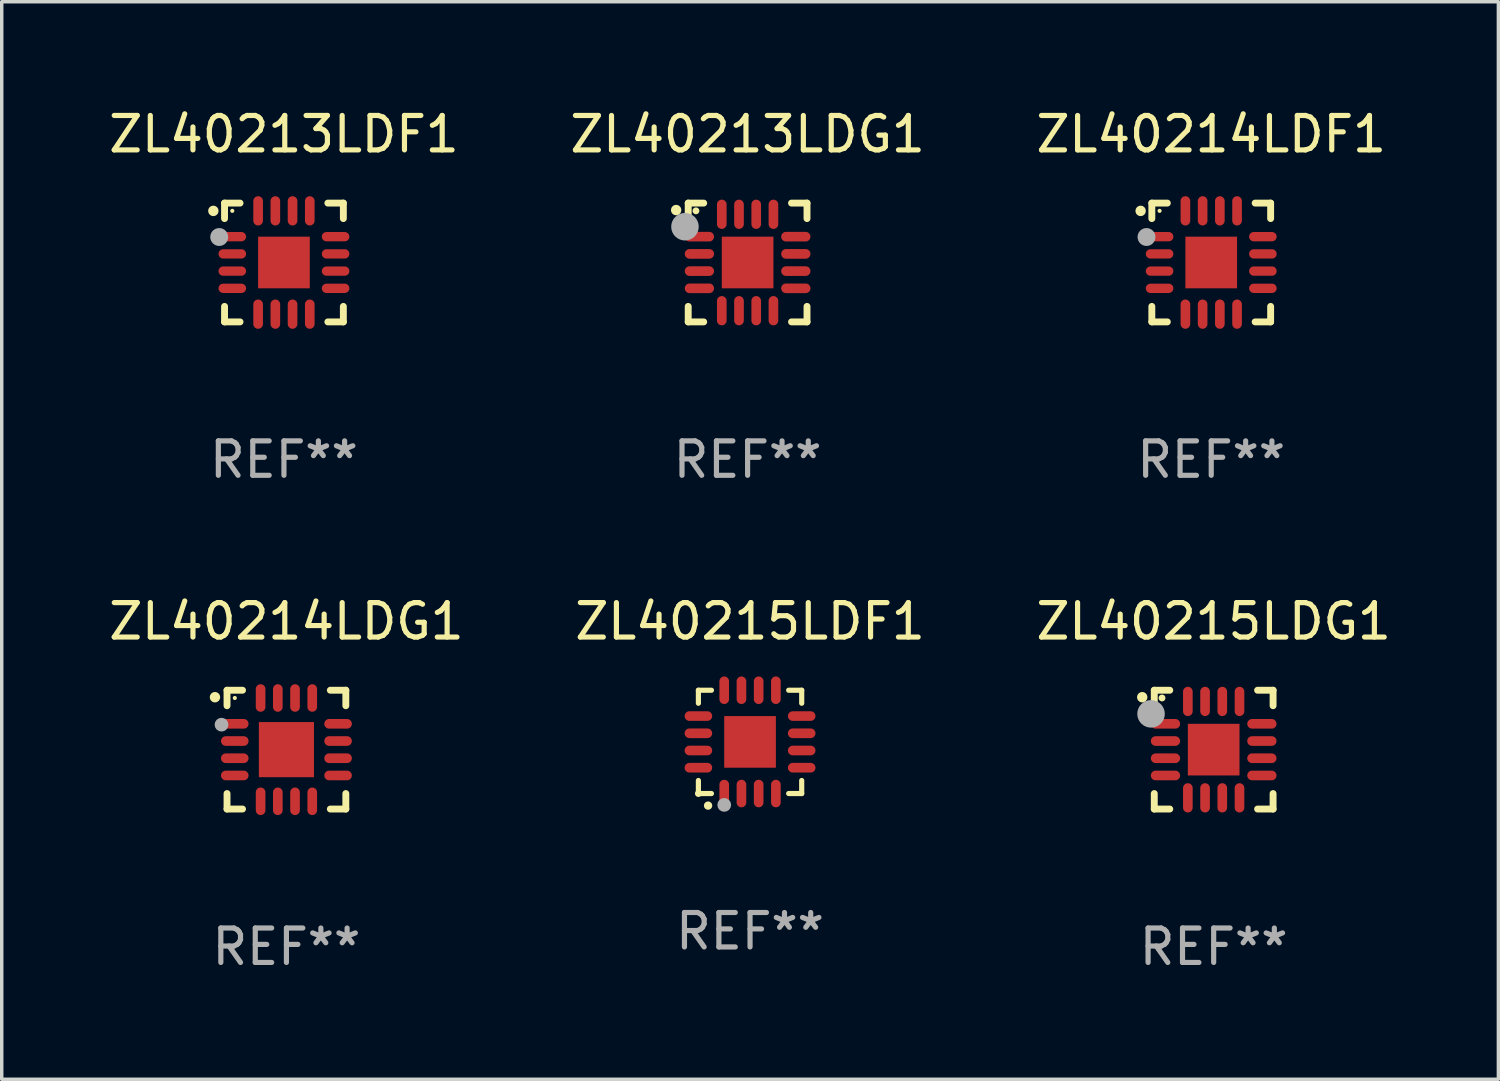
<source format=kicad_pcb>
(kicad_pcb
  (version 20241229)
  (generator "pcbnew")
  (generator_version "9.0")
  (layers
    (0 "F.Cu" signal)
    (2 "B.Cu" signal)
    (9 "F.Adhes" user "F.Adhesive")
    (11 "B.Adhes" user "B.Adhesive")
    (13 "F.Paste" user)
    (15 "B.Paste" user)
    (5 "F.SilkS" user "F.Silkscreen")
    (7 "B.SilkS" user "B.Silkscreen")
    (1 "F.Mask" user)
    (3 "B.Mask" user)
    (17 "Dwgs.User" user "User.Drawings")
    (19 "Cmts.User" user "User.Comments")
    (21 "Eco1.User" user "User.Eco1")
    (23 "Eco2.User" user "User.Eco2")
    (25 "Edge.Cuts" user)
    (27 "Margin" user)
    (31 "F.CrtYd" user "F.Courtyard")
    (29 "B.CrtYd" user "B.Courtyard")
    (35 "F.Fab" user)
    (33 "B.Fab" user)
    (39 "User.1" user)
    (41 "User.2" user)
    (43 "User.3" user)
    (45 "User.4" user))
  (footprint "ZL40213LDG1"
    (layer "F.Cu")
    (at 18.661 4.573)
    (property "Reference" "ZL40213LDG1" (at 0 -3.725 0) (layer "F.SilkS") (effects (font (size 1 1) (thickness 0.15))))
    (attr through_hole)
    (fp_line (start -1.725 -1.725) (end -1.275 -1.725) (stroke (width 0.2) (type solid)) (layer "F.SilkS"))
    (fp_line (start -1.725 -1.275) (end -1.725 -1.725) (stroke (width 0.2) (type solid)) (layer "F.SilkS"))
    (fp_line (start -1.725 1.725) (end -1.725 1.275) (stroke (width 0.2) (type solid)) (layer "F.SilkS"))
    (fp_line (start -1.275 1.725) (end -1.725 1.725) (stroke (width 0.2) (type solid)) (layer "F.SilkS"))
    (fp_line (start 1.275 -1.725) (end 1.725 -1.725) (stroke (width 0.2) (type solid)) (layer "F.SilkS"))
    (fp_line (start 1.275 1.725) (end 1.725 1.725) (stroke (width 0.2) (type solid)) (layer "F.SilkS"))
    (fp_line (start 1.725 -1.725) (end 1.725 -1.275) (stroke (width 0.2) (type solid)) (layer "F.SilkS"))
    (fp_line (start 1.725 1.725) (end 1.725 1.275) (stroke (width 0.2) (type solid)) (layer "F.SilkS"))
    (fp_arc (start -2.075184 -1.521463) (mid -2.075189 -1.522733) (end -2.075184 -1.524003) (stroke (width 0.3) (type solid)) (layer "F.SilkS"))
    (fp_circle (center -1.5 -1.5) (end -1.45 -1.5) (stroke (width 0.1) (type solid)) (fill no) (layer "F.SilkS"))
    (fp_circle (center -1.819 -1.039) (end -1.619 -1.039) (stroke (width 0.4) (type solid)) (fill no) (layer "F.Fab"))
    (fp_text user "REF**" (at 0 5.725 0) (layer "F.Fab") (effects (font (size 1 1) (thickness 0.15))))
    (pad "1" smd oval (at -1.4 -0.75 90) (size 0.28 0.85) (layers "F.Cu" "F.Mask" "F.Paste"))
    (pad "2" smd oval (at -1.4 -0.25 90) (size 0.28 0.85) (layers "F.Cu" "F.Mask" "F.Paste"))
    (pad "3" smd oval (at -1.4 0.25 90) (size 0.28 0.85) (layers "F.Cu" "F.Mask" "F.Paste"))
    (pad "4" smd oval (at -1.4 0.75 90) (size 0.28 0.85) (layers "F.Cu" "F.Mask" "F.Paste"))
    (pad "5" smd oval (at -0.75 1.4) (size 0.28 0.85) (layers "F.Cu" "F.Mask" "F.Paste"))
    (pad "6" smd oval (at -0.25 1.4) (size 0.28 0.85) (layers "F.Cu" "F.Mask" "F.Paste"))
    (pad "7" smd oval (at 0.25 1.4) (size 0.28 0.85) (layers "F.Cu" "F.Mask" "F.Paste"))
    (pad "8" smd oval (at 0.75 1.4) (size 0.28 0.85) (layers "F.Cu" "F.Mask" "F.Paste"))
    (pad "9" smd oval (at 1.4 0.75 90) (size 0.28 0.85) (layers "F.Cu" "F.Mask" "F.Paste"))
    (pad "10" smd oval (at 1.4 0.25 90) (size 0.28 0.85) (layers "F.Cu" "F.Mask" "F.Paste"))
    (pad "11" smd oval (at 1.4 -0.25 90) (size 0.28 0.85) (layers "F.Cu" "F.Mask" "F.Paste"))
    (pad "12" smd oval (at 1.4 -0.75 90) (size 0.28 0.85) (layers "F.Cu" "F.Mask" "F.Paste"))
    (pad "13" smd oval (at 0.75 -1.4) (size 0.28 0.85) (layers "F.Cu" "F.Mask" "F.Paste"))
    (pad "14" smd oval (at 0.25 -1.4) (size 0.28 0.85) (layers "F.Cu" "F.Mask" "F.Paste"))
    (pad "15" smd oval (at -0.25 -1.4) (size 0.28 0.85) (layers "F.Cu" "F.Mask" "F.Paste"))
    (pad "16" smd oval (at -0.75 -1.4) (size 0.28 0.85) (layers "F.Cu" "F.Mask" "F.Paste"))
    (pad "17" smd rect (at -0.000051 -0.000051) (size 1.5 1.5) (layers "F.Cu" "F.Mask" "F.Paste")))
  (footprint "ZL40215LDF1"
    (layer "F.Cu")
    (at 18.732 18.495)
    (property "Reference" "ZL40215LDF1" (at 0 -3.5 0) (layer "F.SilkS") (effects (font (size 1 1) (thickness 0.15))))
    (attr through_hole)
    (fp_line (start -1.5 -1.5) (end -1.121 -1.5) (stroke (width 0.15) (type solid)) (layer "F.SilkS"))
    (fp_line (start -1.5 -1.122) (end -1.5 -1.5) (stroke (width 0.15) (type solid)) (layer "F.SilkS"))
    (fp_line (start -1.5 1.5) (end -1.5 1.121) (stroke (width 0.15) (type solid)) (layer "F.SilkS"))
    (fp_line (start -1.121 1.5) (end -1.5 1.5) (stroke (width 0.15) (type solid)) (layer "F.SilkS"))
    (fp_line (start 1.121 -1.5) (end 1.5 -1.5) (stroke (width 0.15) (type solid)) (layer "F.SilkS"))
    (fp_line (start 1.5 -1.5) (end 1.5 -1.122) (stroke (width 0.15) (type solid)) (layer "F.SilkS"))
    (fp_line (start 1.5 1.121) (end 1.5 1.5) (stroke (width 0.15) (type solid)) (layer "F.SilkS"))
    (fp_line (start 1.5 1.5) (end 1.121 1.5) (stroke (width 0.15) (type solid)) (layer "F.SilkS"))
    (fp_arc (start -1.219926 1.850254) (mid -1.21891 1.85025) (end -1.217894 1.850254) (stroke (width 0.240005) (type solid)) (layer "F.SilkS"))
    (fp_circle (center -1.5 1.5) (end -1.45 1.5) (stroke (width 0.1) (type solid)) (fill no) (layer "F.SilkS"))
    (fp_circle (center -0.75 1.83) (end -0.65 1.83) (stroke (width 0.2) (type solid)) (fill no) (layer "F.Fab"))
    (fp_text user "REF**" (at 0 5.5 0) (layer "F.Fab") (effects (font (size 1 1) (thickness 0.15))))
    (pad "1" smd oval (at -0.75 1.5) (size 0.28 0.8) (layers "F.Cu" "F.Mask" "F.Paste"))
    (pad "2" smd oval (at -0.25 1.5) (size 0.28 0.8) (layers "F.Cu" "F.Mask" "F.Paste"))
    (pad "3" smd oval (at 0.25 1.5) (size 0.28 0.8) (layers "F.Cu" "F.Mask" "F.Paste"))
    (pad "4" smd oval (at 0.75 1.5) (size 0.28 0.8) (layers "F.Cu" "F.Mask" "F.Paste"))
    (pad "5" smd oval (at 1.5 0.75) (size 0.8 0.28) (layers "F.Cu" "F.Mask" "F.Paste"))
    (pad "6" smd oval (at 1.5 0.25) (size 0.8 0.28) (layers "F.Cu" "F.Mask" "F.Paste"))
    (pad "7" smd oval (at 1.5 -0.25) (size 0.8 0.28) (layers "F.Cu" "F.Mask" "F.Paste"))
    (pad "8" smd oval (at 1.5 -0.75) (size 0.8 0.28) (layers "F.Cu" "F.Mask" "F.Paste"))
    (pad "9" smd oval (at 0.75 -1.5) (size 0.28 0.8) (layers "F.Cu" "F.Mask" "F.Paste"))
    (pad "10" smd oval (at 0.25 -1.5) (size 0.28 0.8) (layers "F.Cu" "F.Mask" "F.Paste"))
    (pad "11" smd oval (at -0.25 -1.5) (size 0.28 0.8) (layers "F.Cu" "F.Mask" "F.Paste"))
    (pad "12" smd oval (at -0.75 -1.5) (size 0.28 0.8) (layers "F.Cu" "F.Mask" "F.Paste"))
    (pad "13" smd oval (at -1.5 -0.75) (size 0.8 0.28) (layers "F.Cu" "F.Mask" "F.Paste"))
    (pad "14" smd oval (at -1.5 -0.25) (size 0.8 0.28) (layers "F.Cu" "F.Mask" "F.Paste"))
    (pad "15" smd oval (at -1.5 0.25) (size 0.8 0.28) (layers "F.Cu" "F.Mask" "F.Paste"))
    (pad "16" smd oval (at -1.5 0.75) (size 0.8 0.28) (layers "F.Cu" "F.Mask" "F.Paste"))
    (pad "17" smd rect (at -0.000064 0.000165) (size 1.5 1.5) (layers "F.Cu" "F.Mask" "F.Paste")))
  (footprint "ZL40213LDF1"
    (layer "F.Cu")
    (at 5.196 4.573)
    (property "Reference" "ZL40213LDF1" (at 0 -3.725 0) (layer "F.SilkS") (effects (font (size 1 1) (thickness 0.15))))
    (attr through_hole)
    (fp_line (start -1.725 -1.725) (end -1.275 -1.725) (stroke (width 0.2) (type solid)) (layer "F.SilkS"))
    (fp_line (start -1.725 -1.275) (end -1.725 -1.725) (stroke (width 0.2) (type solid)) (layer "F.SilkS"))
    (fp_line (start -1.725 1.725) (end -1.725 1.275) (stroke (width 0.2) (type solid)) (layer "F.SilkS"))
    (fp_line (start -1.275 1.725) (end -1.725 1.725) (stroke (width 0.2) (type solid)) (layer "F.SilkS"))
    (fp_line (start 1.275 -1.725) (end 1.725 -1.725) (stroke (width 0.2) (type solid)) (layer "F.SilkS"))
    (fp_line (start 1.275 1.725) (end 1.725 1.725) (stroke (width 0.2) (type solid)) (layer "F.SilkS"))
    (fp_line (start 1.725 -1.725) (end 1.725 -1.275) (stroke (width 0.2) (type solid)) (layer "F.SilkS"))
    (fp_line (start 1.725 1.725) (end 1.725 1.275) (stroke (width 0.2) (type solid)) (layer "F.SilkS"))
    (fp_arc (start -2.050038 -1.497511) (mid -2.050043 -1.498781) (end -2.050038 -1.500051) (stroke (width 0.3) (type solid)) (layer "F.SilkS"))
    (fp_circle (center -1.5 -1.5) (end -1.47 -1.5) (stroke (width 0.06) (type solid)) (fill no) (layer "F.SilkS"))
    (fp_circle (center -1.88 -0.74) (end -1.75 -0.74) (stroke (width 0.26) (type solid)) (fill no) (layer "F.Fab"))
    (fp_text user "REF**" (at 0 5.725 0) (layer "F.Fab") (effects (font (size 1 1) (thickness 0.15))))
    (pad "1" smd oval (at -1.5 -0.75) (size 0.8 0.27) (layers "F.Cu" "F.Mask" "F.Paste"))
    (pad "2" smd oval (at -1.5 -0.25) (size 0.8 0.27) (layers "F.Cu" "F.Mask" "F.Paste"))
    (pad "3" smd oval (at -1.5 0.25) (size 0.8 0.27) (layers "F.Cu" "F.Mask" "F.Paste"))
    (pad "4" smd oval (at -1.5 0.75) (size 0.8 0.27) (layers "F.Cu" "F.Mask" "F.Paste"))
    (pad "5" smd oval (at -0.75 1.5) (size 0.28 0.85) (layers "F.Cu" "F.Mask" "F.Paste"))
    (pad "6" smd oval (at -0.25 1.5) (size 0.28 0.85) (layers "F.Cu" "F.Mask" "F.Paste"))
    (pad "7" smd oval (at 0.25 1.5) (size 0.28 0.85) (layers "F.Cu" "F.Mask" "F.Paste"))
    (pad "8" smd oval (at 0.75 1.5) (size 0.28 0.85) (layers "F.Cu" "F.Mask" "F.Paste"))
    (pad "9" smd oval (at 1.5 0.75) (size 0.8 0.27) (layers "F.Cu" "F.Mask" "F.Paste"))
    (pad "10" smd oval (at 1.5 0.25) (size 0.8 0.27) (layers "F.Cu" "F.Mask" "F.Paste"))
    (pad "11" smd oval (at 1.5 -0.25) (size 0.8 0.27) (layers "F.Cu" "F.Mask" "F.Paste"))
    (pad "12" smd oval (at 1.5 -0.75) (size 0.8 0.27) (layers "F.Cu" "F.Mask" "F.Paste"))
    (pad "13" smd oval (at 0.75 -1.5) (size 0.28 0.85) (layers "F.Cu" "F.Mask" "F.Paste"))
    (pad "14" smd oval (at 0.25 -1.5) (size 0.28 0.85) (layers "F.Cu" "F.Mask" "F.Paste"))
    (pad "15" smd oval (at -0.25 -1.5) (size 0.28 0.85) (layers "F.Cu" "F.Mask" "F.Paste"))
    (pad "16" smd oval (at -0.75 -1.5) (size 0.28 0.85) (layers "F.Cu" "F.Mask" "F.Paste"))
    (pad "17" smd rect (at -0.000051 -0.000051) (size 1.5 1.5) (layers "F.Cu" "F.Mask" "F.Paste")))
  (footprint "ZL40214LDF1"
    (layer "F.Cu")
    (at 32.125 4.573)
    (property "Reference" "ZL40214LDF1" (at 0 -3.725 0) (layer "F.SilkS") (effects (font (size 1 1) (thickness 0.15))))
    (attr through_hole)
    (fp_line (start -1.725 -1.725) (end -1.275 -1.725) (stroke (width 0.2) (type solid)) (layer "F.SilkS"))
    (fp_line (start -1.725 -1.275) (end -1.725 -1.725) (stroke (width 0.2) (type solid)) (layer "F.SilkS"))
    (fp_line (start -1.725 1.725) (end -1.725 1.275) (stroke (width 0.2) (type solid)) (layer "F.SilkS"))
    (fp_line (start -1.275 1.725) (end -1.725 1.725) (stroke (width 0.2) (type solid)) (layer "F.SilkS"))
    (fp_line (start 1.275 -1.725) (end 1.725 -1.725) (stroke (width 0.2) (type solid)) (layer "F.SilkS"))
    (fp_line (start 1.275 1.725) (end 1.725 1.725) (stroke (width 0.2) (type solid)) (layer "F.SilkS"))
    (fp_line (start 1.725 -1.725) (end 1.725 -1.275) (stroke (width 0.2) (type solid)) (layer "F.SilkS"))
    (fp_line (start 1.725 1.725) (end 1.725 1.275) (stroke (width 0.2) (type solid)) (layer "F.SilkS"))
    (fp_arc (start -2.050038 -1.497511) (mid -2.050043 -1.498781) (end -2.050038 -1.500051) (stroke (width 0.3) (type solid)) (layer "F.SilkS"))
    (fp_circle (center -1.5 -1.5) (end -1.47 -1.5) (stroke (width 0.06) (type solid)) (fill no) (layer "F.SilkS"))
    (fp_circle (center -1.88 -0.74) (end -1.75 -0.74) (stroke (width 0.26) (type solid)) (fill no) (layer "F.Fab"))
    (fp_text user "REF**" (at 0 5.725 0) (layer "F.Fab") (effects (font (size 1 1) (thickness 0.15))))
    (pad "1" smd oval (at -1.5 -0.75) (size 0.8 0.27) (layers "F.Cu" "F.Mask" "F.Paste"))
    (pad "2" smd oval (at -1.5 -0.25) (size 0.8 0.27) (layers "F.Cu" "F.Mask" "F.Paste"))
    (pad "3" smd oval (at -1.5 0.25) (size 0.8 0.27) (layers "F.Cu" "F.Mask" "F.Paste"))
    (pad "4" smd oval (at -1.5 0.75) (size 0.8 0.27) (layers "F.Cu" "F.Mask" "F.Paste"))
    (pad "5" smd oval (at -0.75 1.5) (size 0.28 0.85) (layers "F.Cu" "F.Mask" "F.Paste"))
    (pad "6" smd oval (at -0.25 1.5) (size 0.28 0.85) (layers "F.Cu" "F.Mask" "F.Paste"))
    (pad "7" smd oval (at 0.25 1.5) (size 0.28 0.85) (layers "F.Cu" "F.Mask" "F.Paste"))
    (pad "8" smd oval (at 0.75 1.5) (size 0.28 0.85) (layers "F.Cu" "F.Mask" "F.Paste"))
    (pad "9" smd oval (at 1.5 0.75) (size 0.8 0.27) (layers "F.Cu" "F.Mask" "F.Paste"))
    (pad "10" smd oval (at 1.5 0.25) (size 0.8 0.27) (layers "F.Cu" "F.Mask" "F.Paste"))
    (pad "11" smd oval (at 1.5 -0.25) (size 0.8 0.27) (layers "F.Cu" "F.Mask" "F.Paste"))
    (pad "12" smd oval (at 1.5 -0.75) (size 0.8 0.27) (layers "F.Cu" "F.Mask" "F.Paste"))
    (pad "13" smd oval (at 0.75 -1.5) (size 0.28 0.85) (layers "F.Cu" "F.Mask" "F.Paste"))
    (pad "14" smd oval (at 0.25 -1.5) (size 0.28 0.85) (layers "F.Cu" "F.Mask" "F.Paste"))
    (pad "15" smd oval (at -0.25 -1.5) (size 0.28 0.85) (layers "F.Cu" "F.Mask" "F.Paste"))
    (pad "16" smd oval (at -0.75 -1.5) (size 0.28 0.85) (layers "F.Cu" "F.Mask" "F.Paste"))
    (pad "17" smd rect (at -0.000051 -0.000051) (size 1.5 1.5) (layers "F.Cu" "F.Mask" "F.Paste")))
  (footprint "ZL40214LDG1"
    (layer "F.Cu")
    (at 5.268 18.72)
    (property "Reference" "ZL40214LDG1" (at 0 -3.725 0) (layer "F.SilkS") (effects (font (size 1 1) (thickness 0.15))))
    (attr through_hole)
    (fp_line (start -1.725 -1.725) (end -1.275 -1.725) (stroke (width 0.2) (type solid)) (layer "F.SilkS"))
    (fp_line (start -1.725 -1.275) (end -1.725 -1.725) (stroke (width 0.2) (type solid)) (layer "F.SilkS"))
    (fp_line (start -1.725 1.725) (end -1.725 1.275) (stroke (width 0.2) (type solid)) (layer "F.SilkS"))
    (fp_line (start -1.275 1.725) (end -1.725 1.725) (stroke (width 0.2) (type solid)) (layer "F.SilkS"))
    (fp_line (start 1.275 -1.725) (end 1.725 -1.725) (stroke (width 0.2) (type solid)) (layer "F.SilkS"))
    (fp_line (start 1.275 1.725) (end 1.725 1.725) (stroke (width 0.2) (type solid)) (layer "F.SilkS"))
    (fp_line (start 1.725 -1.725) (end 1.725 -1.275) (stroke (width 0.2) (type solid)) (layer "F.SilkS"))
    (fp_line (start 1.725 1.725) (end 1.725 1.275) (stroke (width 0.2) (type solid)) (layer "F.SilkS"))
    (fp_arc (start -2.075184 -1.521463) (mid -2.075189 -1.522733) (end -2.075184 -1.524003) (stroke (width 0.3) (type solid)) (layer "F.SilkS"))
    (fp_circle (center -1.499 -1.5) (end -1.469 -1.5) (stroke (width 0.06) (type solid)) (fill no) (layer "F.SilkS"))
    (fp_circle (center -1.885 -0.725) (end -1.785 -0.725) (stroke (width 0.2) (type solid)) (fill no) (layer "F.Fab"))
    (fp_text user "REF**" (at 0 5.725 0) (layer "F.Fab") (effects (font (size 1 1) (thickness 0.15))))
    (pad "1" smd oval (at -1.5 -0.75 90) (size 0.28 0.8) (layers "F.Cu" "F.Mask" "F.Paste"))
    (pad "2" smd oval (at -1.5 -0.25 90) (size 0.28 0.8) (layers "F.Cu" "F.Mask" "F.Paste"))
    (pad "3" smd oval (at -1.5 0.25 90) (size 0.28 0.8) (layers "F.Cu" "F.Mask" "F.Paste"))
    (pad "4" smd oval (at -1.5 0.75 90) (size 0.28 0.8) (layers "F.Cu" "F.Mask" "F.Paste"))
    (pad "5" smd oval (at -0.75 1.5) (size 0.28 0.8) (layers "F.Cu" "F.Mask" "F.Paste"))
    (pad "6" smd oval (at -0.25 1.5) (size 0.28 0.8) (layers "F.Cu" "F.Mask" "F.Paste"))
    (pad "7" smd oval (at 0.25 1.5) (size 0.28 0.8) (layers "F.Cu" "F.Mask" "F.Paste"))
    (pad "8" smd oval (at 0.75 1.5) (size 0.28 0.8) (layers "F.Cu" "F.Mask" "F.Paste"))
    (pad "9" smd oval (at 1.5 0.75 90) (size 0.28 0.8) (layers "F.Cu" "F.Mask" "F.Paste"))
    (pad "10" smd oval (at 1.5 0.25 90) (size 0.28 0.8) (layers "F.Cu" "F.Mask" "F.Paste"))
    (pad "11" smd oval (at 1.5 -0.25 90) (size 0.28 0.8) (layers "F.Cu" "F.Mask" "F.Paste"))
    (pad "12" smd oval (at 1.5 -0.75 90) (size 0.28 0.8) (layers "F.Cu" "F.Mask" "F.Paste"))
    (pad "13" smd oval (at 0.75 -1.5) (size 0.28 0.8) (layers "F.Cu" "F.Mask" "F.Paste"))
    (pad "14" smd oval (at 0.25 -1.5) (size 0.28 0.8) (layers "F.Cu" "F.Mask" "F.Paste"))
    (pad "15" smd oval (at -0.25 -1.5) (size 0.28 0.8) (layers "F.Cu" "F.Mask" "F.Paste"))
    (pad "16" smd oval (at -0.75 -1.5) (size 0.28 0.8) (layers "F.Cu" "F.Mask" "F.Paste"))
    (pad "17" smd rect (at 0 -0.000051) (size 1.6 1.6) (layers "F.Cu" "F.Mask" "F.Paste")))
  (footprint "ZL40215LDG1"
    (layer "F.Cu")
    (at 32.196 18.72)
    (property "Reference" "ZL40215LDG1" (at 0 -3.725 0) (layer "F.SilkS") (effects (font (size 1 1) (thickness 0.15))))
    (attr through_hole)
    (fp_line (start -1.725 -1.725) (end -1.275 -1.725) (stroke (width 0.2) (type solid)) (layer "F.SilkS"))
    (fp_line (start -1.725 -1.275) (end -1.725 -1.725) (stroke (width 0.2) (type solid)) (layer "F.SilkS"))
    (fp_line (start -1.725 1.725) (end -1.725 1.275) (stroke (width 0.2) (type solid)) (layer "F.SilkS"))
    (fp_line (start -1.275 1.725) (end -1.725 1.725) (stroke (width 0.2) (type solid)) (layer "F.SilkS"))
    (fp_line (start 1.275 -1.725) (end 1.725 -1.725) (stroke (width 0.2) (type solid)) (layer "F.SilkS"))
    (fp_line (start 1.275 1.725) (end 1.725 1.725) (stroke (width 0.2) (type solid)) (layer "F.SilkS"))
    (fp_line (start 1.725 -1.725) (end 1.725 -1.275) (stroke (width 0.2) (type solid)) (layer "F.SilkS"))
    (fp_line (start 1.725 1.725) (end 1.725 1.275) (stroke (width 0.2) (type solid)) (layer "F.SilkS"))
    (fp_arc (start -2.075184 -1.521463) (mid -2.075189 -1.522733) (end -2.075184 -1.524003) (stroke (width 0.3) (type solid)) (layer "F.SilkS"))
    (fp_circle (center -1.5 -1.5) (end -1.45 -1.5) (stroke (width 0.1) (type solid)) (fill no) (layer "F.SilkS"))
    (fp_circle (center -1.819 -1.039) (end -1.619 -1.039) (stroke (width 0.4) (type solid)) (fill no) (layer "F.Fab"))
    (fp_text user "REF**" (at 0 5.725 0) (layer "F.Fab") (effects (font (size 1 1) (thickness 0.15))))
    (pad "1" smd oval (at -1.4 -0.75 90) (size 0.28 0.85) (layers "F.Cu" "F.Mask" "F.Paste"))
    (pad "2" smd oval (at -1.4 -0.25 90) (size 0.28 0.85) (layers "F.Cu" "F.Mask" "F.Paste"))
    (pad "3" smd oval (at -1.4 0.25 90) (size 0.28 0.85) (layers "F.Cu" "F.Mask" "F.Paste"))
    (pad "4" smd oval (at -1.4 0.75 90) (size 0.28 0.85) (layers "F.Cu" "F.Mask" "F.Paste"))
    (pad "5" smd oval (at -0.75 1.4) (size 0.28 0.85) (layers "F.Cu" "F.Mask" "F.Paste"))
    (pad "6" smd oval (at -0.25 1.4) (size 0.28 0.85) (layers "F.Cu" "F.Mask" "F.Paste"))
    (pad "7" smd oval (at 0.25 1.4) (size 0.28 0.85) (layers "F.Cu" "F.Mask" "F.Paste"))
    (pad "8" smd oval (at 0.75 1.4) (size 0.28 0.85) (layers "F.Cu" "F.Mask" "F.Paste"))
    (pad "9" smd oval (at 1.4 0.75 90) (size 0.28 0.85) (layers "F.Cu" "F.Mask" "F.Paste"))
    (pad "10" smd oval (at 1.4 0.25 90) (size 0.28 0.85) (layers "F.Cu" "F.Mask" "F.Paste"))
    (pad "11" smd oval (at 1.4 -0.25 90) (size 0.28 0.85) (layers "F.Cu" "F.Mask" "F.Paste"))
    (pad "12" smd oval (at 1.4 -0.75 90) (size 0.28 0.85) (layers "F.Cu" "F.Mask" "F.Paste"))
    (pad "13" smd oval (at 0.75 -1.4) (size 0.28 0.85) (layers "F.Cu" "F.Mask" "F.Paste"))
    (pad "14" smd oval (at 0.25 -1.4) (size 0.28 0.85) (layers "F.Cu" "F.Mask" "F.Paste"))
    (pad "15" smd oval (at -0.25 -1.4) (size 0.28 0.85) (layers "F.Cu" "F.Mask" "F.Paste"))
    (pad "16" smd oval (at -0.75 -1.4) (size 0.28 0.85) (layers "F.Cu" "F.Mask" "F.Paste"))
    (pad "17" smd rect (at -0.000051 -0.000051) (size 1.5 1.5) (layers "F.Cu" "F.Mask" "F.Paste")))
  (gr_rect
    (start -3 -3)
    (end 40.464 28.293)
    (stroke (width 0.1) (type default))
    (fill no)
    (layer "Edge.Cuts")))
</source>
